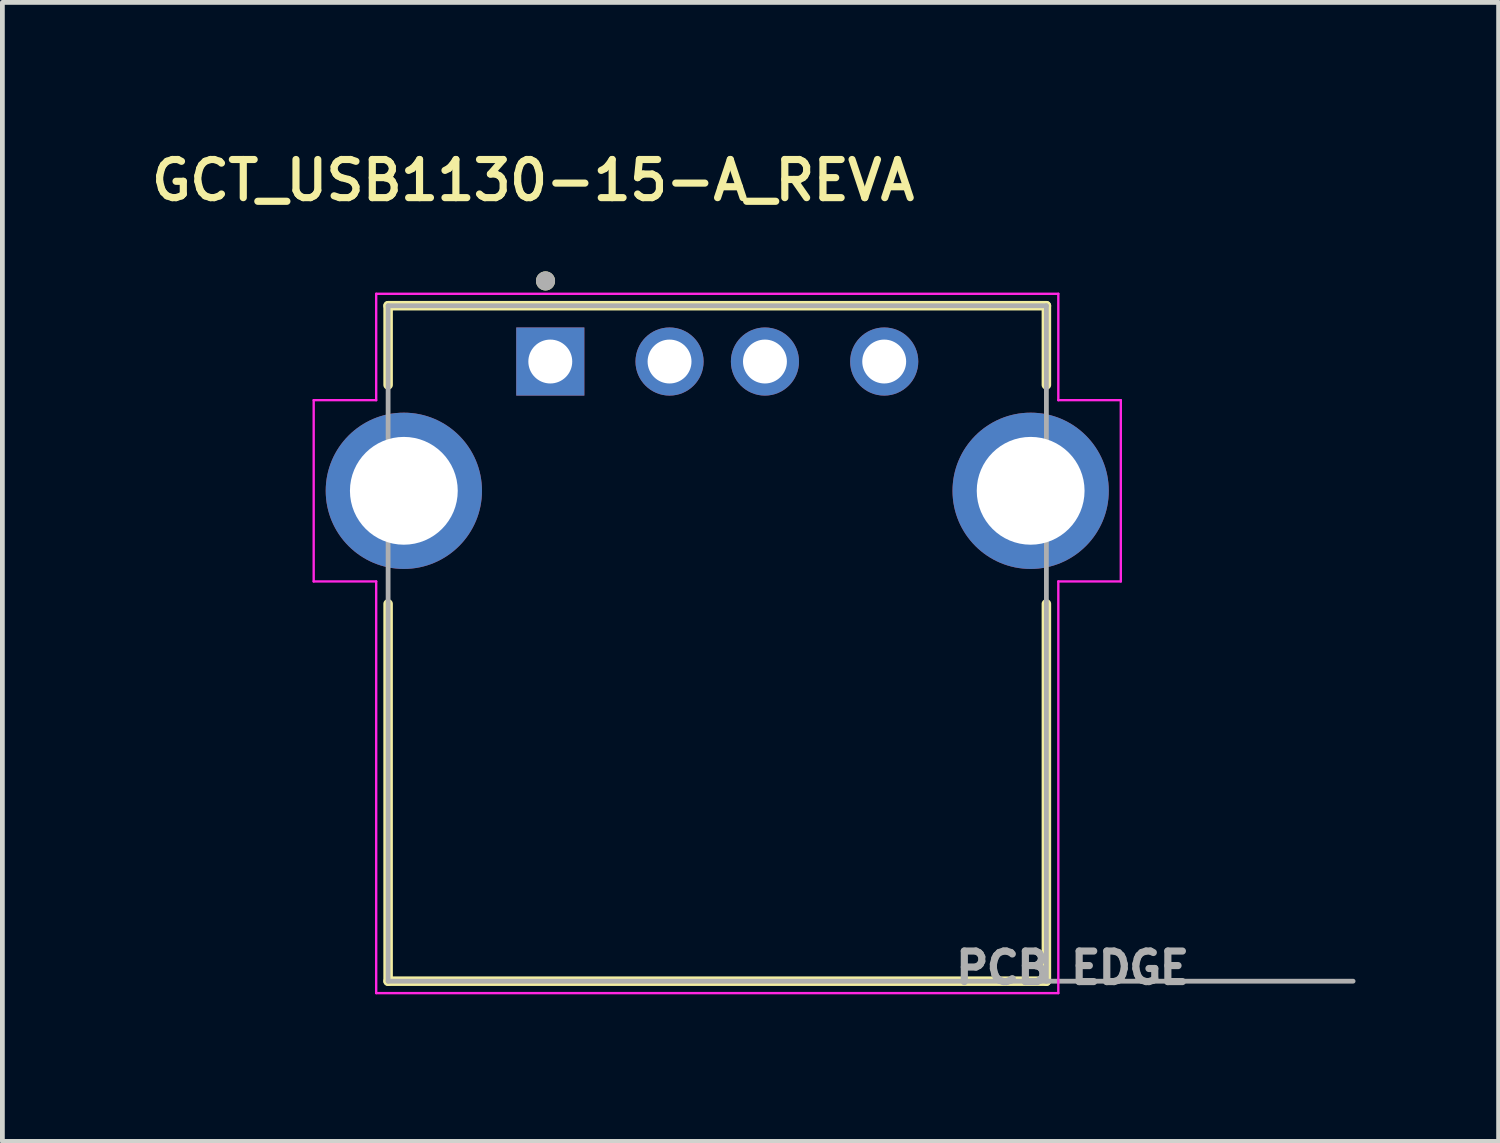
<source format=kicad_pcb>
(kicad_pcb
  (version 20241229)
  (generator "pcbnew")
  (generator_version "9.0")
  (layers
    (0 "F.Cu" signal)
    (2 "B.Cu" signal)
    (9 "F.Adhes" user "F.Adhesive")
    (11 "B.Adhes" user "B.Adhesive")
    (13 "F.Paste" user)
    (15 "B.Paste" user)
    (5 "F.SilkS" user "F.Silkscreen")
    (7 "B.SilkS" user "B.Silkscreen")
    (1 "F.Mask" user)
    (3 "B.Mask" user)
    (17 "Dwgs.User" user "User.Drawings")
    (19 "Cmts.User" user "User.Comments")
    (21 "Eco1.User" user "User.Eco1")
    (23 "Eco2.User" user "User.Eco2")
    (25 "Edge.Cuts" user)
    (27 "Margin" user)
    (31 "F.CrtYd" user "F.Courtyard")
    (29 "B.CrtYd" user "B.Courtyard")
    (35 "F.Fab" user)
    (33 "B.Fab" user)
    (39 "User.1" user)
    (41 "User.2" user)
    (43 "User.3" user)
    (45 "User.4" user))
  (footprint "GCT_USB1130-15-A_REVA"
    (layer "F.Cu")
    (at 11.986 7.239)
    (property "Reference" "GCT_USB1130-15-A_REVA" (at -3.86 -6.508 0) (layer "F.SilkS") (effects (font (size 0.8 0.8) (thickness 0.15))))
    (attr through_hole)
    (fp_line (start -6.9 -3.88) (end -6.9 -2.22) (stroke (width 0.2) (type solid)) (layer "F.SilkS"))
    (fp_line (start -6.9 2.37) (end -6.9 10.28) (stroke (width 0.2) (type solid)) (layer "F.SilkS"))
    (fp_line (start -6.9 10.28) (end 6.9 10.28) (stroke (width 0.2) (type solid)) (layer "F.SilkS"))
    (fp_line (start 6.9 -3.88) (end -6.9 -3.88) (stroke (width 0.2) (type solid)) (layer "F.SilkS"))
    (fp_line (start 6.9 -3.88) (end 6.9 -2.22) (stroke (width 0.2) (type solid)) (layer "F.SilkS"))
    (fp_line (start 6.9 2.37) (end 6.9 10.28) (stroke (width 0.2) (type solid)) (layer "F.SilkS"))
    (fp_circle (center -3.6 -4.4) (end -3.5 -4.4) (stroke (width 0.2) (type solid)) (fill no) (layer "F.SilkS"))
    (fp_line (start -8.46 -1.9) (end -7.15 -1.9) (stroke (width 0.05) (type solid)) (layer "F.CrtYd"))
    (fp_line (start -8.46 1.9) (end -8.46 -1.9) (stroke (width 0.05) (type solid)) (layer "F.CrtYd"))
    (fp_line (start -7.15 -4.13) (end 7.15 -4.13) (stroke (width 0.05) (type solid)) (layer "F.CrtYd"))
    (fp_line (start -7.15 -1.9) (end -7.15 -4.13) (stroke (width 0.05) (type solid)) (layer "F.CrtYd"))
    (fp_line (start -7.15 1.9) (end -8.46 1.9) (stroke (width 0.05) (type solid)) (layer "F.CrtYd"))
    (fp_line (start -7.15 10.53) (end -7.15 1.9) (stroke (width 0.05) (type solid)) (layer "F.CrtYd"))
    (fp_line (start 7.15 -4.13) (end 7.15 -1.9) (stroke (width 0.05) (type solid)) (layer "F.CrtYd"))
    (fp_line (start 7.15 -1.9) (end 8.46 -1.9) (stroke (width 0.05) (type solid)) (layer "F.CrtYd"))
    (fp_line (start 7.15 1.9) (end 7.15 10.53) (stroke (width 0.05) (type solid)) (layer "F.CrtYd"))
    (fp_line (start 7.15 10.53) (end -7.15 10.53) (stroke (width 0.05) (type solid)) (layer "F.CrtYd"))
    (fp_line (start 8.46 -1.9) (end 8.46 1.9) (stroke (width 0.05) (type solid)) (layer "F.CrtYd"))
    (fp_line (start 8.46 1.9) (end 7.15 1.9) (stroke (width 0.05) (type solid)) (layer "F.CrtYd"))
    (fp_line (start -6.9 -3.88) (end -6.9 10.28) (stroke (width 0.1) (type solid)) (layer "F.Fab"))
    (fp_line (start -6.9 10.28) (end 6.9 10.28) (stroke (width 0.1) (type solid)) (layer "F.Fab"))
    (fp_line (start 6.9 -3.88) (end -6.9 -3.88) (stroke (width 0.1) (type solid)) (layer "F.Fab"))
    (fp_line (start 6.9 10.28) (end 6.9 -3.88) (stroke (width 0.1) (type solid)) (layer "F.Fab"))
    (fp_line (start 6.9 10.28) (end 13.33 10.28) (stroke (width 0.1) (type solid)) (layer "F.Fab"))
    (fp_circle (center -3.6 -4.4) (end -3.5 -4.4) (stroke (width 0.2) (type solid)) (fill no) (layer "F.Fab"))
    (fp_text user "PCB EDGE" (at 7.45 10 0) (layer "F.Fab") (effects (font (size 0.64 0.64) (thickness 0.15))))
    (pad "1" thru_hole rect (at -3.5 -2.71) (size 1.428 1.428) (drill 0.92) (layers "*.Cu" "*.Mask"))
    (pad "2" thru_hole circle (at -1 -2.71) (size 1.428 1.428) (drill 0.92) (layers "*.Cu" "*.Mask"))
    (pad "3" thru_hole circle (at 1 -2.71) (size 1.428 1.428) (drill 0.92) (layers "*.Cu" "*.Mask"))
    (pad "4" thru_hole circle (at 3.5 -2.71) (size 1.428 1.428) (drill 0.92) (layers "*.Cu" "*.Mask"))
    (pad "S1" thru_hole circle (at -6.57 0) (size 3.276 3.276) (drill 2.26) (layers "*.Cu" "*.Mask"))
    (pad "S2" thru_hole circle (at 6.57 0) (size 3.276 3.276) (drill 2.26) (layers "*.Cu" "*.Mask")))
  (gr_rect
    (start -3 -3)
    (end 28.366 20.877)
    (stroke (width 0.1) (type default))
    (fill no)
    (layer "Edge.Cuts")))
</source>
